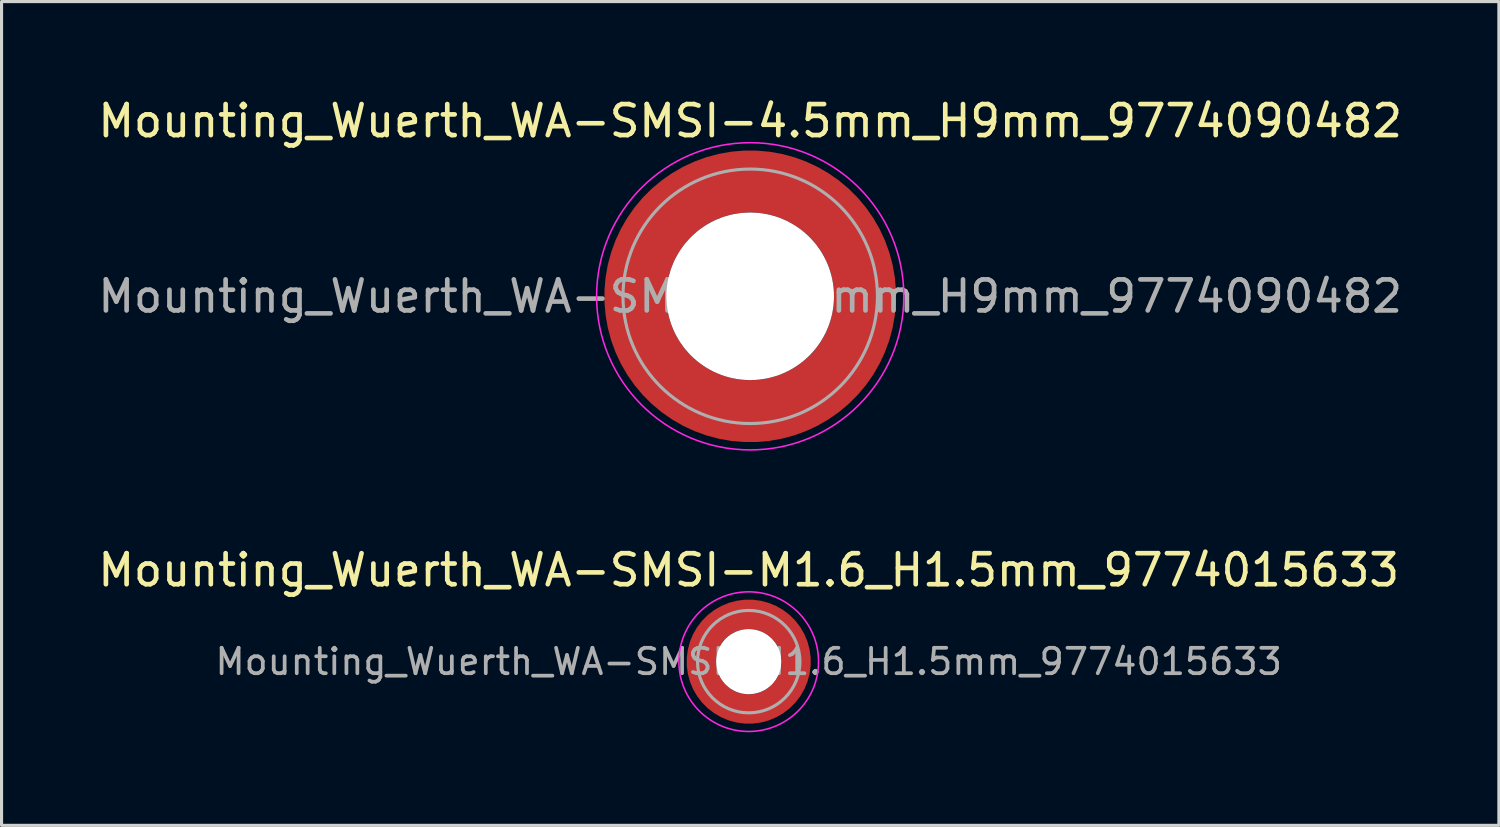
<source format=kicad_pcb>
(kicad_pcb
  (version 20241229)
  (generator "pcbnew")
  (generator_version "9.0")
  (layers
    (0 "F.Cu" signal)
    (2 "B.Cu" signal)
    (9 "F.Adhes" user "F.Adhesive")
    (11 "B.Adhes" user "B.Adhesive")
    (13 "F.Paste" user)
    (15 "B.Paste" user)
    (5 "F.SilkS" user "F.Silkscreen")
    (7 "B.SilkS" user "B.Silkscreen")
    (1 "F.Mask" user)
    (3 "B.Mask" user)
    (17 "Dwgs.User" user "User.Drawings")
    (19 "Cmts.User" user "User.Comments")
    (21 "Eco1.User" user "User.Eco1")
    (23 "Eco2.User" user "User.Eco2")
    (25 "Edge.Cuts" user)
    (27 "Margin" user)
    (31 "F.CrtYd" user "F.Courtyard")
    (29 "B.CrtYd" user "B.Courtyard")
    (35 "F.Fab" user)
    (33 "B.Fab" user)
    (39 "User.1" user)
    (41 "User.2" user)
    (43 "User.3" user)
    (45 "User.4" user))
  (footprint "Mounting_Wuerth_WA-SMSI-M1.6_H1.5mm_9774015633"
    (layer "F.Cu")
    (at 21.077 18.271)
    (property "Reference" "Mounting_Wuerth_WA-SMSI-M1.6_H1.5mm_9774015633" (at 0 -2.95 0) (layer "F.SilkS") (effects (font (size 1 1) (thickness 0.15))))
    (property "Mouser Part no." "" (at 0 0 0) (layer "F.Fab") (effects (font (size 1.27 1.27) (thickness 0.15))))
    (property "Mouser link" "" (at 0 0 0) (layer "F.Fab") (effects (font (size 1.27 1.27) (thickness 0.15))))
    (attr smd)
    (fp_circle (center 0 0) (end 2.25 0) (stroke (width 0.05) (type solid)) (fill no) (layer "F.CrtYd"))
    (fp_circle (center 0 0) (end 1.65 0) (stroke (width 0.1) (type solid)) (fill no) (layer "F.Fab"))
    (fp_text user "${REFERENCE}" (at 0 0 0) (layer "F.Fab") (effects (font (size 0.82 0.82) (thickness 0.12))))
    (pad "" smd custom (at -1.061 -1.061) (size 0.4 0.4) (layers "F.Paste") (options (anchor circle)) (primitives (gr_arc (start -0.101235 0.76066) (mid 0.211799 0.212465) (end 0.759748 -0.100999) (width 0.2)) (gr_arc (start -0.204251 0.76066) (mid 0.141299 0.141544) (end 0.760323 -0.204171) (width 0.2)) (gr_arc (start -0.306819 0.76066) (mid 0.070255 0.071167) (end 0.759401 -0.306542) (width 0.2)) (gr_arc (start -0.409034 0.76066) (mid -0.000242 0.000241) (end 0.759991 -0.408897) (width 0.2)) (gr_arc (start -0.510963 0.76066) (mid -0.071561 -0.06986) (end 0.758297 -0.51051) (width 0.2)) (gr_arc (start -0.61266 0.76066) (mid -0.142171 -0.140671) (end 0.758572 -0.612284) (width 0.2)) (gr_arc (start -0.714164 0.76066) (mid -0.212264 -0.212) (end 0.760292 -0.714102) (width 0.2)) (gr_line (start 0.761 -0.101) (end 0.761 -0.714) (width 0.2)) (gr_line (start -0.101 0.761) (end -0.714 0.761) (width 0.2))))
    (pad "" smd custom (at -1.061 1.061) (size 0.4 0.4) (layers "F.Paste") (options (anchor circle)) (primitives (gr_arc (start 0.76066 0.101235) (mid 0.212465 -0.211799) (end -0.100999 -0.759748) (width 0.2)) (gr_arc (start 0.76066 0.204251) (mid 0.141544 -0.141299) (end -0.204171 -0.760323) (width 0.2)) (gr_arc (start 0.76066 0.306819) (mid 0.071167 -0.070255) (end -0.306542 -0.759401) (width 0.2)) (gr_arc (start 0.76066 0.409034) (mid 0.000241 0.000242) (end -0.408897 -0.759991) (width 0.2)) (gr_arc (start 0.76066 0.510963) (mid -0.06986 0.071561) (end -0.51051 -0.758297) (width 0.2)) (gr_arc (start 0.76066 0.61266) (mid -0.140671 0.142171) (end -0.612284 -0.758572) (width 0.2)) (gr_arc (start 0.76066 0.714164) (mid -0.212 0.212264) (end -0.714102 -0.760292) (width 0.2)) (gr_line (start -0.101 -0.761) (end -0.714 -0.761) (width 0.2)) (gr_line (start 0.761 0.101) (end 0.761 0.714) (width 0.2))))
    (pad "" np_thru_hole circle (at 0 0) (size 2.1 2.1) (drill 2.1) (layers "*.Cu" "*.Mask"))
    (pad "" smd custom (at 1.061 -1.061) (size 0.4 0.4) (layers "F.Paste") (options (anchor circle)) (primitives (gr_arc (start -0.76066 -0.101235) (mid -0.212465 0.211799) (end 0.100999 0.759748) (width 0.2)) (gr_arc (start -0.76066 -0.204251) (mid -0.141544 0.141299) (end 0.204171 0.760323) (width 0.2)) (gr_arc (start -0.76066 -0.306819) (mid -0.071167 0.070255) (end 0.306542 0.759401) (width 0.2)) (gr_arc (start -0.76066 -0.409034) (mid -0.000241 -0.000242) (end 0.408897 0.759991) (width 0.2)) (gr_arc (start -0.76066 -0.510963) (mid 0.06986 -0.071561) (end 0.51051 0.758297) (width 0.2)) (gr_arc (start -0.76066 -0.61266) (mid 0.140671 -0.142171) (end 0.612284 0.758572) (width 0.2)) (gr_arc (start -0.76066 -0.714164) (mid 0.212 -0.212264) (end 0.714102 0.760292) (width 0.2)) (gr_line (start 0.101 0.761) (end 0.714 0.761) (width 0.2)) (gr_line (start -0.761 -0.101) (end -0.761 -0.714) (width 0.2))))
    (pad "" smd custom (at 1.061 1.061) (size 0.4 0.4) (layers "F.Paste") (options (anchor circle)) (primitives (gr_arc (start 0.101235 -0.76066) (mid -0.211799 -0.212465) (end -0.759748 0.100999) (width 0.2)) (gr_arc (start 0.204251 -0.76066) (mid -0.141299 -0.141544) (end -0.760323 0.204171) (width 0.2)) (gr_arc (start 0.306819 -0.76066) (mid -0.070255 -0.071167) (end -0.759401 0.306542) (width 0.2)) (gr_arc (start 0.409034 -0.76066) (mid 0.000242 -0.000241) (end -0.759991 0.408897) (width 0.2)) (gr_arc (start 0.510963 -0.76066) (mid 0.071561 0.06986) (end -0.758297 0.51051) (width 0.2)) (gr_arc (start 0.61266 -0.76066) (mid 0.142171 0.140671) (end -0.758572 0.612284) (width 0.2)) (gr_arc (start 0.714164 -0.76066) (mid 0.212264 0.212) (end -0.760292 0.714102) (width 0.2)) (gr_line (start -0.761 0.101) (end -0.761 0.714) (width 0.2)) (gr_line (start 0.101 -0.761) (end 0.714 -0.761) (width 0.2))))
    (pad "1" smd circle (at -1.525 0) (size 0.55 0.55) (layers "F.Cu"))
    (pad "1" smd circle (at 0 -1.525) (size 0.55 0.55) (layers "F.Cu"))
    (pad "1" smd circle (at 0 1.525) (size 0.55 0.55) (layers "F.Cu"))
    (pad "1" smd custom (at 1.525 0) (size 0.55 0.55) (layers "F.Cu" "F.Mask") (options (anchor circle)) (primitives (gr_circle (center -1.525 0) (end 0 0) (width 0.95) (fill no)))))
  (footprint "Mounting_Wuerth_WA-SMSI-4.5mm_H9mm_9774090482"
    (layer "F.Cu")
    (at 21.125 6.498)
    (property "Reference" "Mounting_Wuerth_WA-SMSI-4.5mm_H9mm_9774090482" (at 0 -5.65 0) (layer "F.SilkS") (effects (font (size 1 1) (thickness 0.15))))
    (property "Mouser Part no." "" (at 0 0 0) (layer "F.Fab") (effects (font (size 1.27 1.27) (thickness 0.15))))
    (property "Mouser link" "" (at 0 0 0) (layer "F.Fab") (effects (font (size 1.27 1.27) (thickness 0.15))))
    (attr smd)
    (fp_circle (center 0 0) (end 4.95 0) (stroke (width 0.05) (type solid)) (fill no) (layer "F.CrtYd"))
    (fp_circle (center 0 0) (end 4.1 0) (stroke (width 0.1) (type solid)) (fill no) (layer "F.Fab"))
    (fp_text user "${REFERENCE}" (at 0 0 0) (layer "F.Fab") (effects (font (size 1 1) (thickness 0.15))))
    (pad "" smd custom (at -2.607 -2.607) (size 1.495 1.495) (layers "F.Paste") (options (anchor circle)) (primitives (gr_arc (start -0.188183 2.107456) (mid 0.598928 0.599619) (end 2.106494 -0.188011) (width 0.2)) (gr_arc (start -0.289416 2.107456) (mid 0.528508 0.529033) (end 2.106724 -0.28929) (width 0.2)) (gr_arc (start -0.390547 2.107456) (mid 0.457087 0.459449) (end 2.104161 -0.389996) (width 0.2)) (gr_arc (start -0.491585 2.107456) (mid 0.386415 0.389116) (end 2.103685 -0.490974) (width 0.2)) (gr_arc (start -0.59254 2.107456) (mid 0.31649 0.318035) (end 2.105297 -0.592202) (width 0.2)) (gr_arc (start -0.693419 2.107456) (mid 0.245252 0.248268) (end 2.103239 -0.692777) (width 0.2)) (gr_arc (start -0.794229 2.107456) (mid 0.174636 0.177878) (end 2.102921 -0.793559) (width 0.2)) (gr_arc (start -0.894975 2.107456) (mid 0.104643 0.106866) (end 2.104343 -0.894529) (width 0.2)) (gr_arc (start -0.995664 2.107456) (mid 0.033026 0.037479) (end 2.101219 -0.994793) (width 0.2)) (gr_arc (start -1.0963 2.107456) (mid -0.035789 -0.034714) (end 2.105949 -1.096096) (width 0.2)) (gr_arc (start -1.196886 2.107456) (mid -0.106351 -0.105157) (end 2.105783 -1.196666) (width 0.2)) (gr_arc (start -1.297427 2.107456) (mid -0.176416 -0.176097) (end 2.107009 -1.29737) (width 0.2)) (gr_arc (start -1.397927 2.107456) (mid -0.248476 -0.245042) (end 2.102638 -1.397323) (width 0.2)) (gr_arc (start -1.498388 2.107456) (mid -0.317612 -0.316913) (end 2.106475 -1.498268) (width 0.2)) (gr_arc (start -1.598813 2.107456) (mid -0.388865 -0.386665) (end 2.104366 -1.598444) (width 0.2)) (gr_arc (start -1.699204 2.107456) (mid -0.459747 -0.456787) (end 2.103299 -1.698719) (width 0.2)) (gr_arc (start -1.799565 2.107456) (mid -0.530257 -0.527283) (end 2.103277 -1.799089) (width 0.2)) (gr_arc (start -1.899896 2.107456) (mid -0.600396 -0.59815) (end 2.104299 -1.899545) (width 0.2)) (gr_arc (start -1.899896 2.107456) (mid -0.600396 -0.59815) (end 2.104299 -1.899545) (width 0.2)) (gr_line (start 2.107 -0.188) (end 2.107 -1.9) (width 0.2)) (gr_line (start -0.188 2.107) (end -1.9 2.107) (width 0.2))))
    (pad "" smd custom (at -2.607 2.607) (size 1.495 1.495) (layers "F.Paste") (options (anchor circle)) (primitives (gr_arc (start 2.107456 0.188183) (mid 0.599619 -0.598928) (end -0.188011 -2.106494) (width 0.2)) (gr_arc (start 2.107456 0.289416) (mid 0.529033 -0.528508) (end -0.28929 -2.106724) (width 0.2)) (gr_arc (start 2.107456 0.390547) (mid 0.459449 -0.457087) (end -0.389996 -2.104161) (width 0.2)) (gr_arc (start 2.107456 0.491585) (mid 0.389116 -0.386415) (end -0.490974 -2.103685) (width 0.2)) (gr_arc (start 2.107456 0.59254) (mid 0.318035 -0.31649) (end -0.592202 -2.105297) (width 0.2)) (gr_arc (start 2.107456 0.693419) (mid 0.248268 -0.245252) (end -0.692777 -2.103239) (width 0.2)) (gr_arc (start 2.107456 0.794229) (mid 0.177878 -0.174636) (end -0.793559 -2.102921) (width 0.2)) (gr_arc (start 2.107456 0.894975) (mid 0.106866 -0.104643) (end -0.894529 -2.104343) (width 0.2)) (gr_arc (start 2.107456 0.995664) (mid 0.037479 -0.033026) (end -0.994793 -2.101219) (width 0.2)) (gr_arc (start 2.107456 1.0963) (mid -0.034714 0.035789) (end -1.096096 -2.105949) (width 0.2)) (gr_arc (start 2.107456 1.196886) (mid -0.105157 0.106351) (end -1.196666 -2.105783) (width 0.2)) (gr_arc (start 2.107456 1.297427) (mid -0.176097 0.176416) (end -1.29737 -2.107009) (width 0.2)) (gr_arc (start 2.107456 1.397927) (mid -0.245042 0.248476) (end -1.397323 -2.102638) (width 0.2)) (gr_arc (start 2.107456 1.498388) (mid -0.316913 0.317612) (end -1.498268 -2.106475) (width 0.2)) (gr_arc (start 2.107456 1.598813) (mid -0.386665 0.388865) (end -1.598444 -2.104366) (width 0.2)) (gr_arc (start 2.107456 1.699204) (mid -0.456787 0.459747) (end -1.698719 -2.103299) (width 0.2)) (gr_arc (start 2.107456 1.799565) (mid -0.527283 0.530257) (end -1.799089 -2.103277) (width 0.2)) (gr_arc (start 2.107456 1.899896) (mid -0.59815 0.600396) (end -1.899545 -2.104299) (width 0.2)) (gr_arc (start 2.107456 1.899896) (mid -0.59815 0.600396) (end -1.899545 -2.104299) (width 0.2)) (gr_line (start -0.188 -2.107) (end -1.9 -2.107) (width 0.2)) (gr_line (start 2.107 0.188) (end 2.107 1.9) (width 0.2))))
    (pad "" np_thru_hole circle (at 0 0) (size 5.4 5.4) (drill 5.4) (layers "*.Cu" "*.Mask"))
    (pad "" smd custom (at 2.607 -2.607) (size 1.495 1.495) (layers "F.Paste") (options (anchor circle)) (primitives (gr_arc (start -2.107456 -0.188183) (mid -0.599619 0.598928) (end 0.188011 2.106494) (width 0.2)) (gr_arc (start -2.107456 -0.289416) (mid -0.529033 0.528508) (end 0.28929 2.106724) (width 0.2)) (gr_arc (start -2.107456 -0.390547) (mid -0.459449 0.457087) (end 0.389996 2.104161) (width 0.2)) (gr_arc (start -2.107456 -0.491585) (mid -0.389116 0.386415) (end 0.490974 2.103685) (width 0.2)) (gr_arc (start -2.107456 -0.59254) (mid -0.318035 0.31649) (end 0.592202 2.105297) (width 0.2)) (gr_arc (start -2.107456 -0.693419) (mid -0.248268 0.245252) (end 0.692777 2.103239) (width 0.2)) (gr_arc (start -2.107456 -0.794229) (mid -0.177878 0.174636) (end 0.793559 2.102921) (width 0.2)) (gr_arc (start -2.107456 -0.894975) (mid -0.106866 0.104643) (end 0.894529 2.104343) (width 0.2)) (gr_arc (start -2.107456 -0.995664) (mid -0.037479 0.033026) (end 0.994793 2.101219) (width 0.2)) (gr_arc (start -2.107456 -1.0963) (mid 0.034714 -0.035789) (end 1.096096 2.105949) (width 0.2)) (gr_arc (start -2.107456 -1.196886) (mid 0.105157 -0.106351) (end 1.196666 2.105783) (width 0.2)) (gr_arc (start -2.107456 -1.297427) (mid 0.176097 -0.176416) (end 1.29737 2.107009) (width 0.2)) (gr_arc (start -2.107456 -1.397927) (mid 0.245042 -0.248476) (end 1.397323 2.102638) (width 0.2)) (gr_arc (start -2.107456 -1.498388) (mid 0.316913 -0.317612) (end 1.498268 2.106475) (width 0.2)) (gr_arc (start -2.107456 -1.598813) (mid 0.386665 -0.388865) (end 1.598444 2.104366) (width 0.2)) (gr_arc (start -2.107456 -1.699204) (mid 0.456787 -0.459747) (end 1.698719 2.103299) (width 0.2)) (gr_arc (start -2.107456 -1.799565) (mid 0.527283 -0.530257) (end 1.799089 2.103277) (width 0.2)) (gr_arc (start -2.107456 -1.899896) (mid 0.59815 -0.600396) (end 1.899545 2.104299) (width 0.2)) (gr_arc (start -2.107456 -1.899896) (mid 0.59815 -0.600396) (end 1.899545 2.104299) (width 0.2)) (gr_line (start 0.188 2.107) (end 1.9 2.107) (width 0.2)) (gr_line (start -2.107 -0.188) (end -2.107 -1.9) (width 0.2))))
    (pad "" smd custom (at 2.607 2.607) (size 1.495 1.495) (layers "F.Paste") (options (anchor circle)) (primitives (gr_arc (start 0.188183 -2.107456) (mid -0.598928 -0.599619) (end -2.106494 0.188011) (width 0.2)) (gr_arc (start 0.289416 -2.107456) (mid -0.528508 -0.529033) (end -2.106724 0.28929) (width 0.2)) (gr_arc (start 0.390547 -2.107456) (mid -0.457087 -0.459449) (end -2.104161 0.389996) (width 0.2)) (gr_arc (start 0.491585 -2.107456) (mid -0.386415 -0.389116) (end -2.103685 0.490974) (width 0.2)) (gr_arc (start 0.59254 -2.107456) (mid -0.31649 -0.318035) (end -2.105297 0.592202) (width 0.2)) (gr_arc (start 0.693419 -2.107456) (mid -0.245252 -0.248268) (end -2.103239 0.692777) (width 0.2)) (gr_arc (start 0.794229 -2.107456) (mid -0.174636 -0.177878) (end -2.102921 0.793559) (width 0.2)) (gr_arc (start 0.894975 -2.107456) (mid -0.104643 -0.106866) (end -2.104343 0.894529) (width 0.2)) (gr_arc (start 0.995664 -2.107456) (mid -0.033026 -0.037479) (end -2.101219 0.994793) (width 0.2)) (gr_arc (start 1.0963 -2.107456) (mid 0.035789 0.034714) (end -2.105949 1.096096) (width 0.2)) (gr_arc (start 1.196886 -2.107456) (mid 0.106351 0.105157) (end -2.105783 1.196666) (width 0.2)) (gr_arc (start 1.297427 -2.107456) (mid 0.176416 0.176097) (end -2.107009 1.29737) (width 0.2)) (gr_arc (start 1.397927 -2.107456) (mid 0.248476 0.245042) (end -2.102638 1.397323) (width 0.2)) (gr_arc (start 1.498388 -2.107456) (mid 0.317612 0.316913) (end -2.106475 1.498268) (width 0.2)) (gr_arc (start 1.598813 -2.107456) (mid 0.388865 0.386665) (end -2.104366 1.598444) (width 0.2)) (gr_arc (start 1.699204 -2.107456) (mid 0.459747 0.456787) (end -2.103299 1.698719) (width 0.2)) (gr_arc (start 1.799565 -2.107456) (mid 0.530257 0.527283) (end -2.103277 1.799089) (width 0.2)) (gr_arc (start 1.899896 -2.107456) (mid 0.600396 0.59815) (end -2.104299 1.899545) (width 0.2)) (gr_arc (start 1.899896 -2.107456) (mid 0.600396 0.59815) (end -2.104299 1.899545) (width 0.2)) (gr_line (start -2.107 0.188) (end -2.107 1.9) (width 0.2)) (gr_line (start 0.188 -2.107) (end 1.9 -2.107) (width 0.2))))
    (pad "1" smd circle (at -3.7 0) (size 1.6 1.6) (layers "F.Cu"))
    (pad "1" smd circle (at 0 -3.7) (size 1.6 1.6) (layers "F.Cu"))
    (pad "1" smd circle (at 0 3.7) (size 1.6 1.6) (layers "F.Cu"))
    (pad "1" smd custom (at 3.7 0) (size 1.6 1.6) (layers "F.Cu" "F.Mask") (options (anchor circle)) (primitives (gr_circle (center -3.7 0) (end 0 0) (width 2) (fill no)))))
  (gr_rect
    (start -3 -3)
    (end 45.25 23.547)
    (stroke (width 0.1) (type default))
    (fill no)
    (layer "Edge.Cuts")))
</source>
